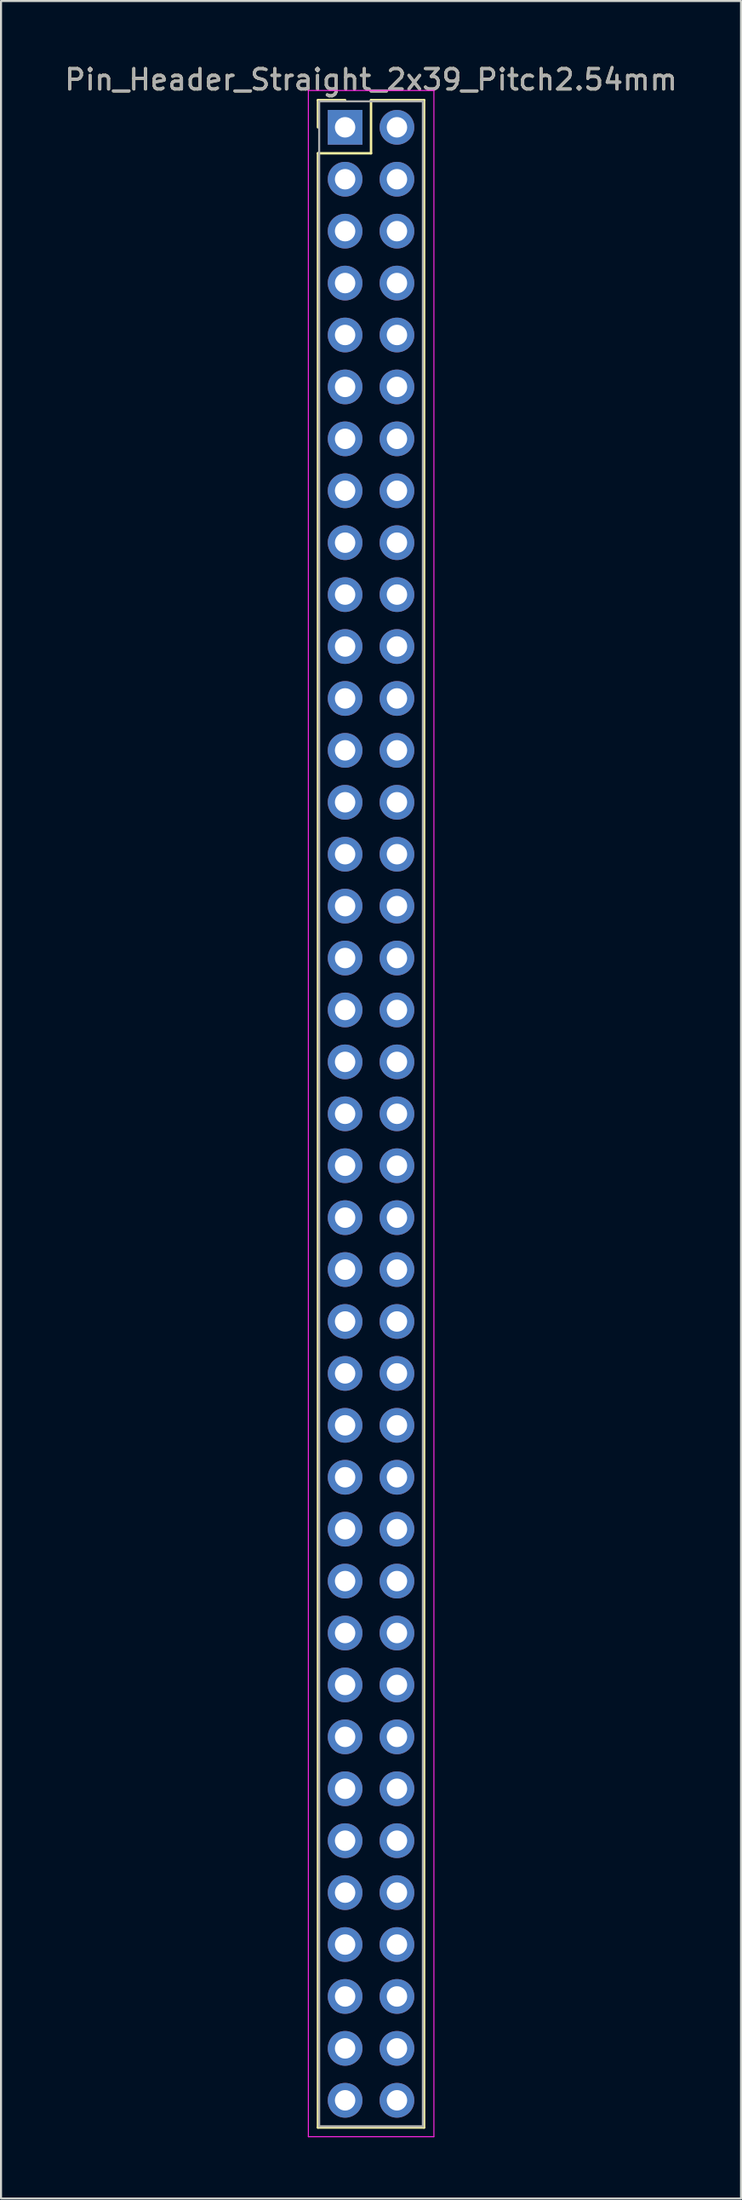
<source format=kicad_pcb>
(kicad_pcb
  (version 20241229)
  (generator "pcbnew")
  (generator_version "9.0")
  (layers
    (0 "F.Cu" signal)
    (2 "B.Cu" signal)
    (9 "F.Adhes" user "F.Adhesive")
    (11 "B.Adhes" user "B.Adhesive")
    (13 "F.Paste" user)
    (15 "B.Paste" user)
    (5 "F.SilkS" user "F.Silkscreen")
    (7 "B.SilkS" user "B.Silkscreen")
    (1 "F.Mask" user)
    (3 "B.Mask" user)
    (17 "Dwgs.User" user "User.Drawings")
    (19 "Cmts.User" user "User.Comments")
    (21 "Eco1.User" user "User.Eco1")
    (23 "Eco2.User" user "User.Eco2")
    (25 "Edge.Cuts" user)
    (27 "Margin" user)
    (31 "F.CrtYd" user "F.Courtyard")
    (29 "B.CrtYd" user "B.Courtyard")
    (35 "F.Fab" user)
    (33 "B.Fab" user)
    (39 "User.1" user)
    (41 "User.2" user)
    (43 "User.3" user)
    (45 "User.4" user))
  (footprint "Pin_Header_Straight_2x39_Pitch2.54mm"
    (layer "F.Cu")
    (at 13.855 3.178)
    (property "Reference" "Pin_Header_Straight_2x39_Pitch2.54mm" (at 1.27 -2.33 0) (layer "F.SilkS") (effects (font (size 1 1) (thickness 0.15))))
    (attr through_hole)
    (fp_line (start -1.33 -1.33) (end 0 -1.33) (stroke (width 0.12) (type solid)) (layer "F.SilkS"))
    (fp_line (start -1.33 0) (end -1.33 -1.33) (stroke (width 0.12) (type solid)) (layer "F.SilkS"))
    (fp_line (start -1.33 1.27) (end -1.33 97.85) (stroke (width 0.12) (type solid)) (layer "F.SilkS"))
    (fp_line (start -1.33 97.85) (end 3.87 97.85) (stroke (width 0.12) (type solid)) (layer "F.SilkS"))
    (fp_line (start 1.27 -1.33) (end 1.27 1.27) (stroke (width 0.12) (type solid)) (layer "F.SilkS"))
    (fp_line (start 1.27 1.27) (end -1.33 1.27) (stroke (width 0.12) (type solid)) (layer "F.SilkS"))
    (fp_line (start 3.87 -1.33) (end 1.27 -1.33) (stroke (width 0.12) (type solid)) (layer "F.SilkS"))
    (fp_line (start 3.87 97.85) (end 3.87 -1.33) (stroke (width 0.12) (type solid)) (layer "F.SilkS"))
    (fp_line (start -1.8 -1.8) (end -1.8 98.3) (stroke (width 0.05) (type solid)) (layer "F.CrtYd"))
    (fp_line (start -1.8 98.3) (end 4.35 98.3) (stroke (width 0.05) (type solid)) (layer "F.CrtYd"))
    (fp_line (start 4.35 -1.8) (end -1.8 -1.8) (stroke (width 0.05) (type solid)) (layer "F.CrtYd"))
    (fp_line (start 4.35 98.3) (end 4.35 -1.8) (stroke (width 0.05) (type solid)) (layer "F.CrtYd"))
    (fp_line (start -1.27 -1.27) (end -1.27 97.79) (stroke (width 0.1) (type solid)) (layer "F.Fab"))
    (fp_line (start -1.27 97.79) (end 3.81 97.79) (stroke (width 0.1) (type solid)) (layer "F.Fab"))
    (fp_line (start 3.81 -1.27) (end -1.27 -1.27) (stroke (width 0.1) (type solid)) (layer "F.Fab"))
    (fp_line (start 3.81 97.79) (end 3.81 -1.27) (stroke (width 0.1) (type solid)) (layer "F.Fab"))
    (fp_text user "${REFERENCE}" (at 1.27 -2.33 0) (layer "F.Fab") (effects (font (size 1 1) (thickness 0.15))))
    (pad "1" thru_hole rect (at 0 0) (size 1.7 1.7) (drill 1) (layers "*.Cu" "*.Mask"))
    (pad "2" thru_hole oval (at 2.54 0) (size 1.7 1.7) (drill 1) (layers "*.Cu" "*.Mask"))
    (pad "3" thru_hole oval (at 0 2.54) (size 1.7 1.7) (drill 1) (layers "*.Cu" "*.Mask"))
    (pad "4" thru_hole oval (at 2.54 2.54) (size 1.7 1.7) (drill 1) (layers "*.Cu" "*.Mask"))
    (pad "5" thru_hole oval (at 0 5.08) (size 1.7 1.7) (drill 1) (layers "*.Cu" "*.Mask"))
    (pad "6" thru_hole oval (at 2.54 5.08) (size 1.7 1.7) (drill 1) (layers "*.Cu" "*.Mask"))
    (pad "7" thru_hole oval (at 0 7.62) (size 1.7 1.7) (drill 1) (layers "*.Cu" "*.Mask"))
    (pad "8" thru_hole oval (at 2.54 7.62) (size 1.7 1.7) (drill 1) (layers "*.Cu" "*.Mask"))
    (pad "9" thru_hole oval (at 0 10.16) (size 1.7 1.7) (drill 1) (layers "*.Cu" "*.Mask"))
    (pad "10" thru_hole oval (at 2.54 10.16) (size 1.7 1.7) (drill 1) (layers "*.Cu" "*.Mask"))
    (pad "11" thru_hole oval (at 0 12.7) (size 1.7 1.7) (drill 1) (layers "*.Cu" "*.Mask"))
    (pad "12" thru_hole oval (at 2.54 12.7) (size 1.7 1.7) (drill 1) (layers "*.Cu" "*.Mask"))
    (pad "13" thru_hole oval (at 0 15.24) (size 1.7 1.7) (drill 1) (layers "*.Cu" "*.Mask"))
    (pad "14" thru_hole oval (at 2.54 15.24) (size 1.7 1.7) (drill 1) (layers "*.Cu" "*.Mask"))
    (pad "15" thru_hole oval (at 0 17.78) (size 1.7 1.7) (drill 1) (layers "*.Cu" "*.Mask"))
    (pad "16" thru_hole oval (at 2.54 17.78) (size 1.7 1.7) (drill 1) (layers "*.Cu" "*.Mask"))
    (pad "17" thru_hole oval (at 0 20.32) (size 1.7 1.7) (drill 1) (layers "*.Cu" "*.Mask"))
    (pad "18" thru_hole oval (at 2.54 20.32) (size 1.7 1.7) (drill 1) (layers "*.Cu" "*.Mask"))
    (pad "19" thru_hole oval (at 0 22.86) (size 1.7 1.7) (drill 1) (layers "*.Cu" "*.Mask"))
    (pad "20" thru_hole oval (at 2.54 22.86) (size 1.7 1.7) (drill 1) (layers "*.Cu" "*.Mask"))
    (pad "21" thru_hole oval (at 0 25.4) (size 1.7 1.7) (drill 1) (layers "*.Cu" "*.Mask"))
    (pad "22" thru_hole oval (at 2.54 25.4) (size 1.7 1.7) (drill 1) (layers "*.Cu" "*.Mask"))
    (pad "23" thru_hole oval (at 0 27.94) (size 1.7 1.7) (drill 1) (layers "*.Cu" "*.Mask"))
    (pad "24" thru_hole oval (at 2.54 27.94) (size 1.7 1.7) (drill 1) (layers "*.Cu" "*.Mask"))
    (pad "25" thru_hole oval (at 0 30.48) (size 1.7 1.7) (drill 1) (layers "*.Cu" "*.Mask"))
    (pad "26" thru_hole oval (at 2.54 30.48) (size 1.7 1.7) (drill 1) (layers "*.Cu" "*.Mask"))
    (pad "27" thru_hole oval (at 0 33.02) (size 1.7 1.7) (drill 1) (layers "*.Cu" "*.Mask"))
    (pad "28" thru_hole oval (at 2.54 33.02) (size 1.7 1.7) (drill 1) (layers "*.Cu" "*.Mask"))
    (pad "29" thru_hole oval (at 0 35.56) (size 1.7 1.7) (drill 1) (layers "*.Cu" "*.Mask"))
    (pad "30" thru_hole oval (at 2.54 35.56) (size 1.7 1.7) (drill 1) (layers "*.Cu" "*.Mask"))
    (pad "31" thru_hole oval (at 0 38.1) (size 1.7 1.7) (drill 1) (layers "*.Cu" "*.Mask"))
    (pad "32" thru_hole oval (at 2.54 38.1) (size 1.7 1.7) (drill 1) (layers "*.Cu" "*.Mask"))
    (pad "33" thru_hole oval (at 0 40.64) (size 1.7 1.7) (drill 1) (layers "*.Cu" "*.Mask"))
    (pad "34" thru_hole oval (at 2.54 40.64) (size 1.7 1.7) (drill 1) (layers "*.Cu" "*.Mask"))
    (pad "35" thru_hole oval (at 0 43.18) (size 1.7 1.7) (drill 1) (layers "*.Cu" "*.Mask"))
    (pad "36" thru_hole oval (at 2.54 43.18) (size 1.7 1.7) (drill 1) (layers "*.Cu" "*.Mask"))
    (pad "37" thru_hole oval (at 0 45.72) (size 1.7 1.7) (drill 1) (layers "*.Cu" "*.Mask"))
    (pad "38" thru_hole oval (at 2.54 45.72) (size 1.7 1.7) (drill 1) (layers "*.Cu" "*.Mask"))
    (pad "39" thru_hole oval (at 0 48.26) (size 1.7 1.7) (drill 1) (layers "*.Cu" "*.Mask"))
    (pad "40" thru_hole oval (at 2.54 48.26) (size 1.7 1.7) (drill 1) (layers "*.Cu" "*.Mask"))
    (pad "41" thru_hole oval (at 0 50.8) (size 1.7 1.7) (drill 1) (layers "*.Cu" "*.Mask"))
    (pad "42" thru_hole oval (at 2.54 50.8) (size 1.7 1.7) (drill 1) (layers "*.Cu" "*.Mask"))
    (pad "43" thru_hole oval (at 0 53.34) (size 1.7 1.7) (drill 1) (layers "*.Cu" "*.Mask"))
    (pad "44" thru_hole oval (at 2.54 53.34) (size 1.7 1.7) (drill 1) (layers "*.Cu" "*.Mask"))
    (pad "45" thru_hole oval (at 0 55.88) (size 1.7 1.7) (drill 1) (layers "*.Cu" "*.Mask"))
    (pad "46" thru_hole oval (at 2.54 55.88) (size 1.7 1.7) (drill 1) (layers "*.Cu" "*.Mask"))
    (pad "47" thru_hole oval (at 0 58.42) (size 1.7 1.7) (drill 1) (layers "*.Cu" "*.Mask"))
    (pad "48" thru_hole oval (at 2.54 58.42) (size 1.7 1.7) (drill 1) (layers "*.Cu" "*.Mask"))
    (pad "49" thru_hole oval (at 0 60.96) (size 1.7 1.7) (drill 1) (layers "*.Cu" "*.Mask"))
    (pad "50" thru_hole oval (at 2.54 60.96) (size 1.7 1.7) (drill 1) (layers "*.Cu" "*.Mask"))
    (pad "51" thru_hole oval (at 0 63.5) (size 1.7 1.7) (drill 1) (layers "*.Cu" "*.Mask"))
    (pad "52" thru_hole oval (at 2.54 63.5) (size 1.7 1.7) (drill 1) (layers "*.Cu" "*.Mask"))
    (pad "53" thru_hole oval (at 0 66.04) (size 1.7 1.7) (drill 1) (layers "*.Cu" "*.Mask"))
    (pad "54" thru_hole oval (at 2.54 66.04) (size 1.7 1.7) (drill 1) (layers "*.Cu" "*.Mask"))
    (pad "55" thru_hole oval (at 0 68.58) (size 1.7 1.7) (drill 1) (layers "*.Cu" "*.Mask"))
    (pad "56" thru_hole oval (at 2.54 68.58) (size 1.7 1.7) (drill 1) (layers "*.Cu" "*.Mask"))
    (pad "57" thru_hole oval (at 0 71.12) (size 1.7 1.7) (drill 1) (layers "*.Cu" "*.Mask"))
    (pad "58" thru_hole oval (at 2.54 71.12) (size 1.7 1.7) (drill 1) (layers "*.Cu" "*.Mask"))
    (pad "59" thru_hole oval (at 0 73.66) (size 1.7 1.7) (drill 1) (layers "*.Cu" "*.Mask"))
    (pad "60" thru_hole oval (at 2.54 73.66) (size 1.7 1.7) (drill 1) (layers "*.Cu" "*.Mask"))
    (pad "61" thru_hole oval (at 0 76.2) (size 1.7 1.7) (drill 1) (layers "*.Cu" "*.Mask"))
    (pad "62" thru_hole oval (at 2.54 76.2) (size 1.7 1.7) (drill 1) (layers "*.Cu" "*.Mask"))
    (pad "63" thru_hole oval (at 0 78.74) (size 1.7 1.7) (drill 1) (layers "*.Cu" "*.Mask"))
    (pad "64" thru_hole oval (at 2.54 78.74) (size 1.7 1.7) (drill 1) (layers "*.Cu" "*.Mask"))
    (pad "65" thru_hole oval (at 0 81.28) (size 1.7 1.7) (drill 1) (layers "*.Cu" "*.Mask"))
    (pad "66" thru_hole oval (at 2.54 81.28) (size 1.7 1.7) (drill 1) (layers "*.Cu" "*.Mask"))
    (pad "67" thru_hole oval (at 0 83.82) (size 1.7 1.7) (drill 1) (layers "*.Cu" "*.Mask"))
    (pad "68" thru_hole oval (at 2.54 83.82) (size 1.7 1.7) (drill 1) (layers "*.Cu" "*.Mask"))
    (pad "69" thru_hole oval (at 0 86.36) (size 1.7 1.7) (drill 1) (layers "*.Cu" "*.Mask"))
    (pad "70" thru_hole oval (at 2.54 86.36) (size 1.7 1.7) (drill 1) (layers "*.Cu" "*.Mask"))
    (pad "71" thru_hole oval (at 0 88.9) (size 1.7 1.7) (drill 1) (layers "*.Cu" "*.Mask"))
    (pad "72" thru_hole oval (at 2.54 88.9) (size 1.7 1.7) (drill 1) (layers "*.Cu" "*.Mask"))
    (pad "73" thru_hole oval (at 0 91.44) (size 1.7 1.7) (drill 1) (layers "*.Cu" "*.Mask"))
    (pad "74" thru_hole oval (at 2.54 91.44) (size 1.7 1.7) (drill 1) (layers "*.Cu" "*.Mask"))
    (pad "75" thru_hole oval (at 0 93.98) (size 1.7 1.7) (drill 1) (layers "*.Cu" "*.Mask"))
    (pad "76" thru_hole oval (at 2.54 93.98) (size 1.7 1.7) (drill 1) (layers "*.Cu" "*.Mask"))
    (pad "77" thru_hole oval (at 0 96.52) (size 1.7 1.7) (drill 1) (layers "*.Cu" "*.Mask"))
    (pad "78" thru_hole oval (at 2.54 96.52) (size 1.7 1.7) (drill 1) (layers "*.Cu" "*.Mask")))
  (gr_rect
    (start -3 -3)
    (end 33.25 104.503)
    (stroke (width 0.1) (type default))
    (fill no)
    (layer "Edge.Cuts")))
</source>
